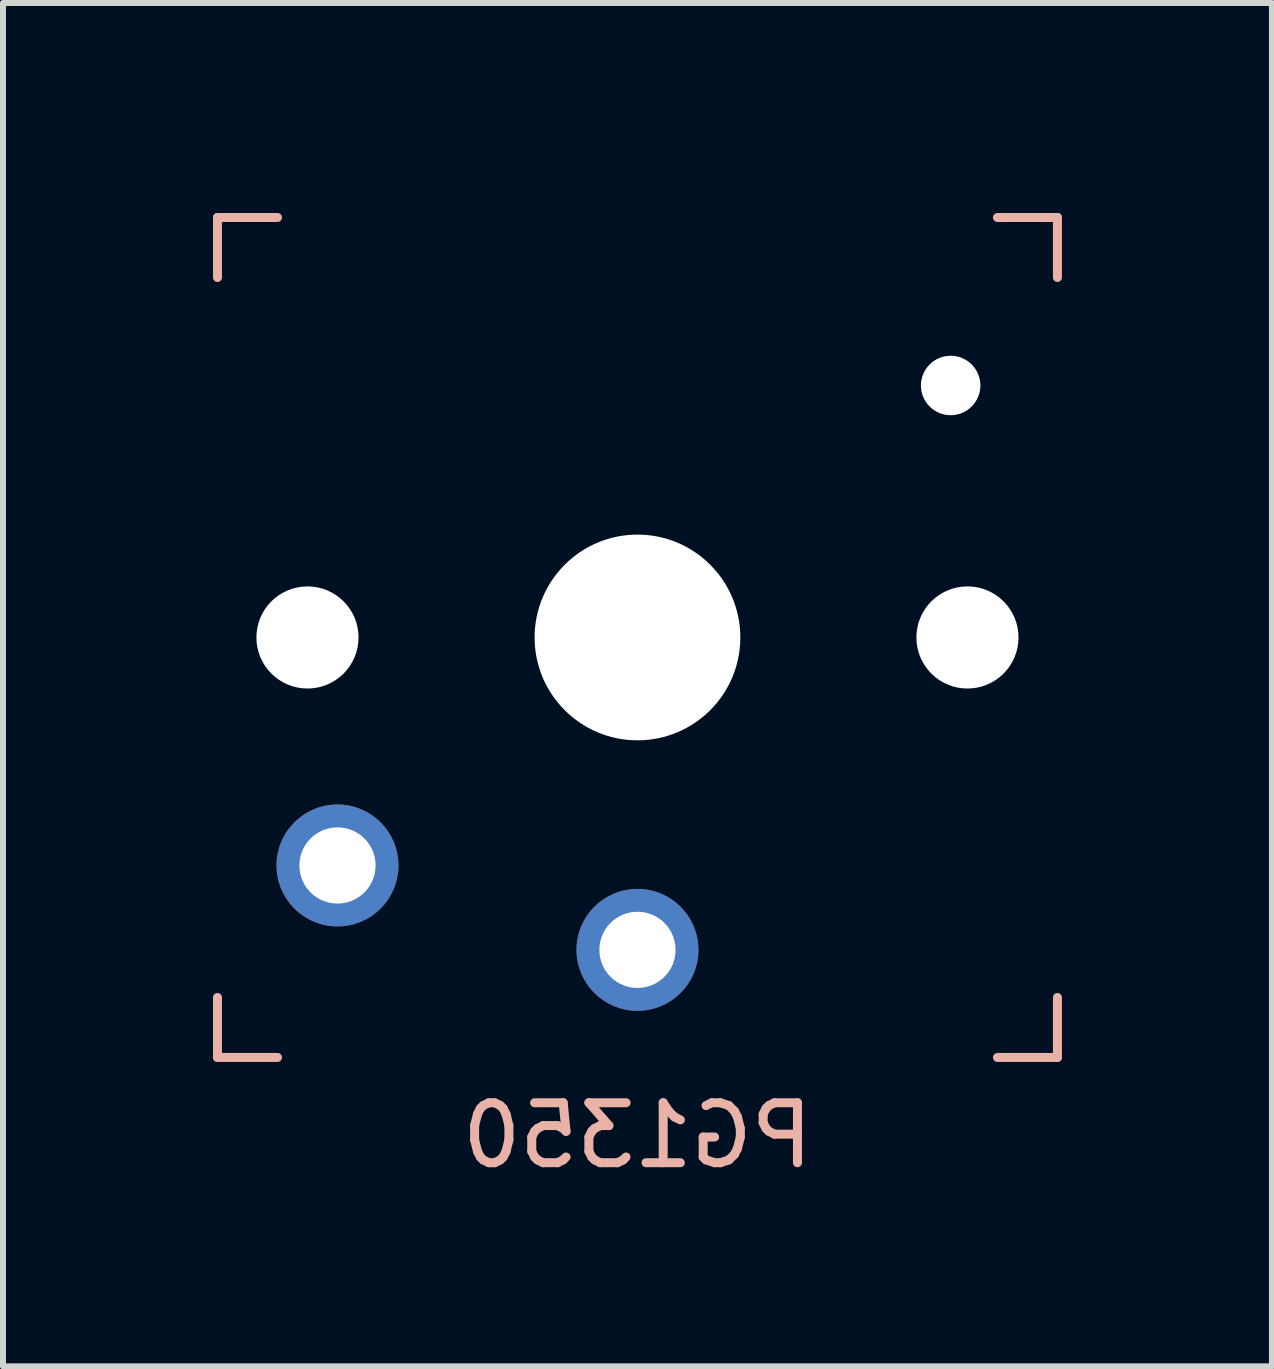
<source format=kicad_pcb>
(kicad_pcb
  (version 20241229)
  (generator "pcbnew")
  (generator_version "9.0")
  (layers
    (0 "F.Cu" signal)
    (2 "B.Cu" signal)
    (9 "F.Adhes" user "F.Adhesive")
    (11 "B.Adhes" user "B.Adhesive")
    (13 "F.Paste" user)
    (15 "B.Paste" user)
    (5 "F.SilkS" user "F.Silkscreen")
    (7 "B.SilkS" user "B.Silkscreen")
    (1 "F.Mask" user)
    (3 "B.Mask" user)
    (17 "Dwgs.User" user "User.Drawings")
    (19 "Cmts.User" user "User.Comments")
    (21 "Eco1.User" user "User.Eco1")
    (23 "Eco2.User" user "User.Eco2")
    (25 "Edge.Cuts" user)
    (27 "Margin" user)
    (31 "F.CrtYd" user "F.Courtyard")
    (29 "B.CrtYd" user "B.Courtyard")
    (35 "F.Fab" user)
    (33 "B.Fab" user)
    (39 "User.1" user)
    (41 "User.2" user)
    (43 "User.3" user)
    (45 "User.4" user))
  (footprint "PG1350"
    (layer "F.Cu")
    (at 7.575 7.575)
    (property "Reference" "PG1350" (at 0 8.3 0) (layer "B.SilkS") (effects (font (size 1 1) (thickness 0.15)) (justify mirror)))
    (attr through_hole)
    (fp_line (start -7 -7) (end -6 -7) (stroke (width 0.15) (type solid)) (layer "B.SilkS"))
    (fp_line (start -7 -6) (end -7 -7) (stroke (width 0.15) (type solid)) (layer "B.SilkS"))
    (fp_line (start -7 7) (end -7 6) (stroke (width 0.15) (type solid)) (layer "B.SilkS"))
    (fp_line (start -6 7) (end -7 7) (stroke (width 0.15) (type solid)) (layer "B.SilkS"))
    (fp_line (start 6 -7) (end 7 -7) (stroke (width 0.15) (type solid)) (layer "B.SilkS"))
    (fp_line (start 7 -7) (end 7 -6) (stroke (width 0.15) (type solid)) (layer "B.SilkS"))
    (fp_line (start 7 6) (end 7 7) (stroke (width 0.15) (type solid)) (layer "B.SilkS"))
    (fp_line (start 7 7) (end 6 7) (stroke (width 0.15) (type solid)) (layer "B.SilkS"))
    (fp_line (start -7.5 -7.5) (end 7.5 -7.5) (stroke (width 0.15) (type solid)) (layer "Eco2.User"))
    (fp_line (start -7.5 7.5) (end -7.5 -7.5) (stroke (width 0.15) (type solid)) (layer "Eco2.User"))
    (fp_line (start -6.9 6.9) (end -6.9 -6.9) (stroke (width 0.15) (type solid)) (layer "Eco2.User"))
    (fp_line (start -6.9 6.9) (end 6.9 6.9) (stroke (width 0.15) (type solid)) (layer "Eco2.User"))
    (fp_line (start -2.6 -3.1) (end -2.6 -6.3) (stroke (width 0.15) (type solid)) (layer "Eco2.User"))
    (fp_line (start -2.6 -3.1) (end 2.6 -3.1) (stroke (width 0.15) (type solid)) (layer "Eco2.User"))
    (fp_line (start 2.6 -6.3) (end -2.6 -6.3) (stroke (width 0.15) (type solid)) (layer "Eco2.User"))
    (fp_line (start 2.6 -3.1) (end 2.6 -6.3) (stroke (width 0.15) (type solid)) (layer "Eco2.User"))
    (fp_line (start 6.9 -6.9) (end -6.9 -6.9) (stroke (width 0.15) (type solid)) (layer "Eco2.User"))
    (fp_line (start 6.9 -6.9) (end 6.9 6.9) (stroke (width 0.15) (type solid)) (layer "Eco2.User"))
    (fp_line (start 7.5 -7.5) (end 7.5 7.5) (stroke (width 0.15) (type solid)) (layer "Eco2.User"))
    (fp_line (start 7.5 7.5) (end -7.5 7.5) (stroke (width 0.15) (type solid)) (layer "Eco2.User"))
    (pad "" np_thru_hole circle (at -5.5 0) (size 1.702 1.702) (drill 1.702) (layers "*.Cu" "*.Mask"))
    (pad "" np_thru_hole circle (at 0 0) (size 3.429 3.429) (drill 3.429) (layers "*.Cu" "*.Mask"))
    (pad "" np_thru_hole circle (at 5.22 -4.2) (size 0.991 0.991) (drill 0.991) (layers "*.Cu" "*.Mask"))
    (pad "" np_thru_hole circle (at 5.5 0) (size 1.702 1.702) (drill 1.702) (layers "*.Cu" "*.Mask"))
    (pad "1" thru_hole circle (at 0 5.207) (size 2.032 2.032) (drill 1.27) (layers "*.Cu" "*.Mask"))
    (pad "2" thru_hole circle (at -5 3.8) (size 2.032 2.032) (drill 1.27) (layers "*.Cu" "*.Mask")))
  (gr_rect
    (start -3 -3)
    (end 18.15 19.723)
    (stroke (width 0.1) (type default))
    (fill no)
    (layer "Edge.Cuts")))
</source>
